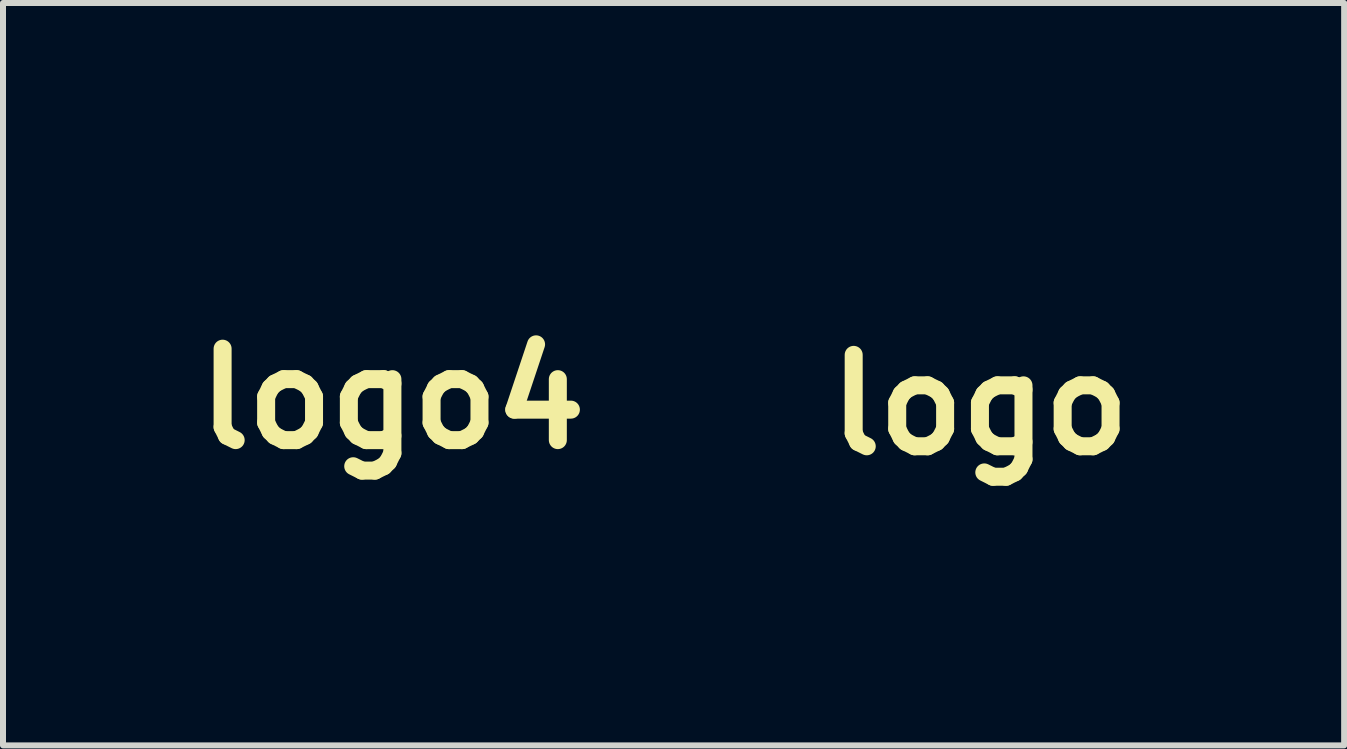
<source format=kicad_pcb>
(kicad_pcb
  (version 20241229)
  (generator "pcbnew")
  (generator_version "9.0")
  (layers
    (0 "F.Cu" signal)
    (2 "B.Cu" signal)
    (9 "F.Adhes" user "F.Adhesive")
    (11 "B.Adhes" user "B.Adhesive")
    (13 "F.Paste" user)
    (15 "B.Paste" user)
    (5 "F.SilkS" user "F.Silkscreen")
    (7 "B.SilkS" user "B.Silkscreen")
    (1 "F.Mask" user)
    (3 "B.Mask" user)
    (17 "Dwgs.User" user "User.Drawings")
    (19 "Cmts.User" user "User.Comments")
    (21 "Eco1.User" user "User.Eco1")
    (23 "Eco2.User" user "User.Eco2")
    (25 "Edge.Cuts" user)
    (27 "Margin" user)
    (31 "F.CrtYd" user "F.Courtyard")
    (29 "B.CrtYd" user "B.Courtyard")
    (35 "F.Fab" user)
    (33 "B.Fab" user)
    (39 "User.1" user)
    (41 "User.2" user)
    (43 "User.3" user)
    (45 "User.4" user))
  (footprint "logo"
    (layer "F.Cu")
    (at 13.285 3.7)
    (property "Reference" "logo" (at 0 0 0) (layer "F.SilkS") (effects (font (size 1.524 1.524) (thickness 0.3))))
    (attr through_hole)
    (fp_poly (pts (xy -1.282 -1.012) (xy -1.134 -0.943) (xy -0.971 -0.824) (xy -0.81 -0.679) (xy -0.505 -0.386) (xy -0.788 -0.1) (xy -0.913 0.023) (xy -1.029 0.13) (xy -1.123 0.207) (xy -1.168 0.238) (xy -1.292 0.276) (xy -1.451 0.287) (xy -1.611 0.272) (xy -1.724 0.239) (xy -1.896 0.128) (xy -2.016 -0.02) (xy -2.085 -0.19) (xy -2.104 -0.373) (xy -2.102 -0.379) (xy -1.851 -0.379) (xy -1.827 -0.317) (xy -1.794 -0.275) (xy -1.728 -0.246) (xy -1.611 -0.227) (xy -1.464 -0.216) (xy -1.308 -0.216) (xy -1.163 -0.225) (xy -1.051 -0.244) (xy -1.001 -0.265) (xy -0.952 -0.343) (xy -0.949 -0.401) (xy -0.957 -0.44) (xy -0.978 -0.466) (xy -1.024 -0.482) (xy -1.108 -0.491) (xy -1.243 -0.497) (xy -1.355 -0.5) (xy -1.56 -0.502) (xy -1.703 -0.492) (xy -1.792 -0.47) (xy -1.838 -0.431) (xy -1.851 -0.379) (xy -2.102 -0.379) (xy -2.074 -0.555) (xy -1.997 -0.724) (xy -1.875 -0.867) (xy -1.708 -0.973) (xy -1.578 -1.016) (xy -1.426 -1.034) (xy -1.282 -1.012)) (stroke (width 0.01) (type solid)) (fill no) (layer "Eco2.User"))
    (fp_poly (pts (xy 1.376 -1.035) (xy 1.571 -0.968) (xy 1.725 -0.854) (xy 1.836 -0.705) (xy 1.902 -0.533) (xy 1.921 -0.35) (xy 1.892 -0.17) (xy 1.814 -0.003) (xy 1.684 0.138) (xy 1.546 0.221) (xy 1.354 0.277) (xy 1.156 0.281) (xy 0.998 0.238) (xy 0.928 0.192) (xy 0.824 0.107) (xy 0.701 -0.005) (xy 0.606 -0.098) (xy 0.34 -0.369) (xy 0.798 -0.369) (xy 0.829 -0.278) (xy 0.917 -0.228) (xy 1.005 -0.218) (xy 1.087 -0.211) (xy 1.12 -0.176) (xy 1.125 -0.111) (xy 1.144 -0.014) (xy 1.182 0.052) (xy 1.236 0.099) (xy 1.282 0.101) (xy 1.345 0.071) (xy 1.4 0.008) (xy 1.415 -0.092) (xy 1.422 -0.177) (xy 1.453 -0.212) (xy 1.517 -0.218) (xy 1.63 -0.243) (xy 1.695 -0.312) (xy 1.705 -0.369) (xy 1.673 -0.439) (xy 1.591 -0.49) (xy 1.49 -0.508) (xy 1.431 -0.529) (xy 1.415 -0.596) (xy 1.399 -0.72) (xy 1.348 -0.785) (xy 1.286 -0.798) (xy 1.198 -0.766) (xy 1.141 -0.68) (xy 1.125 -0.583) (xy 1.105 -0.525) (xy 1.036 -0.508) (xy 1.032 -0.508) (xy 0.913 -0.488) (xy 0.829 -0.437) (xy 0.798 -0.369) (xy 0.34 -0.369) (xy 0.323 -0.386) (xy 0.63 -0.681) (xy 0.815 -0.847) (xy 0.971 -0.959) (xy 1.111 -1.024) (xy 1.247 -1.046) (xy 1.376 -1.035)) (stroke (width 0.01) (type solid)) (fill no) (layer "Eco2.User"))
    (fp_poly (pts (xy 0.163 -3.693) (xy 0.366 -3.68) (xy 0.449 -3.668) (xy 0.887 -3.556) (xy 1.305 -3.379) (xy 1.696 -3.143) (xy 2.052 -2.855) (xy 2.367 -2.522) (xy 2.634 -2.149) (xy 2.845 -1.744) (xy 2.984 -1.347) (xy 3.025 -1.142) (xy 3.052 -0.889) (xy 3.066 -0.609) (xy 3.066 -0.323) (xy 3.053 -0.052) (xy 3.025 0.183) (xy 2.998 0.308) (xy 2.848 0.743) (xy 2.637 1.145) (xy 2.362 1.52) (xy 2.099 1.798) (xy 1.784 2.073) (xy 1.469 2.29) (xy 1.132 2.46) (xy 0.816 2.576) (xy 0.692 2.61) (xy 0.563 2.635) (xy 0.41 2.652) (xy 0.217 2.663) (xy 0.018 2.668) (xy -0.19 2.671) (xy -0.389 2.668) (xy -0.559 2.662) (xy -0.681 2.652) (xy -0.708 2.648) (xy -1.109 2.544) (xy -1.508 2.379) (xy -1.884 2.162) (xy -1.992 2.086) (xy -2.364 1.77) (xy -2.679 1.412) (xy -2.934 1.016) (xy -3.127 0.589) (xy -3.232 0.231) (xy -3.275 -0.025) (xy -3.297 -0.319) (xy -3.297 -0.401) (xy -2.7 -0.401) (xy -2.682 -0.127) (xy -2.619 0.105) (xy -2.502 0.314) (xy -2.386 0.456) (xy -2.152 0.663) (xy -1.892 0.804) (xy -1.612 0.878) (xy -1.319 0.883) (xy -1.021 0.818) (xy -1.004 0.812) (xy -0.818 0.72) (xy -0.61 0.568) (xy -0.387 0.364) (xy -0.318 0.293) (xy -0.22 0.192) (xy -0.139 0.115) (xy -0.089 0.075) (xy -0.082 0.073) (xy -0.046 0.097) (xy 0.029 0.163) (xy 0.131 0.261) (xy 0.237 0.366) (xy 0.429 0.55) (xy 0.597 0.683) (xy 0.755 0.773) (xy 0.92 0.828) (xy 1.108 0.857) (xy 1.197 0.863) (xy 1.374 0.867) (xy 1.508 0.857) (xy 1.628 0.829) (xy 1.713 0.8) (xy 1.955 0.672) (xy 2.171 0.486) (xy 2.346 0.257) (xy 2.398 0.162) (xy 2.461 0.024) (xy 2.495 -0.092) (xy 2.51 -0.221) (xy 2.513 -0.353) (xy 2.49 -0.642) (xy 2.416 -0.889) (xy 2.286 -1.11) (xy 2.144 -1.273) (xy 1.936 -1.45) (xy 1.721 -1.563) (xy 1.483 -1.619) (xy 1.216 -1.625) (xy 1.018 -1.606) (xy 0.85 -1.567) (xy 0.696 -1.5) (xy 0.541 -1.396) (xy 0.368 -1.249) (xy 0.238 -1.125) (xy -0.094 -0.8) (xy -0.396 -1.104) (xy -0.596 -1.295) (xy -0.769 -1.433) (xy -0.931 -1.527) (xy -1.097 -1.583) (xy -1.281 -1.61) (xy -1.433 -1.615) (xy -1.607 -1.611) (xy -1.735 -1.598) (xy -1.843 -1.569) (xy -1.959 -1.521) (xy -1.967 -1.518) (xy -2.199 -1.374) (xy -2.405 -1.18) (xy -2.565 -0.956) (xy -2.603 -0.88) (xy -2.66 -0.733) (xy -2.69 -0.586) (xy -2.7 -0.405) (xy -2.7 -0.401) (xy -3.297 -0.401) (xy -3.299 -0.629) (xy -3.281 -0.934) (xy -3.245 -1.212) (xy -3.192 -1.433) (xy -3.02 -1.863) (xy -2.785 -2.271) (xy -2.497 -2.646) (xy -2.165 -2.972) (xy -2.098 -3.028) (xy -1.869 -3.189) (xy -1.599 -3.345) (xy -1.316 -3.481) (xy -1.046 -3.584) (xy -0.962 -3.61) (xy -0.794 -3.643) (xy -0.576 -3.669) (xy -0.33 -3.686) (xy -0.076 -3.695) (xy 0.163 -3.693)) (stroke (width 0.01) (type solid)) (fill no) (layer "Eco2.User")))
  (footprint "logo4"
    (layer "F.Cu")
    (at 3.491 3.597)
    (property "Reference" "logo4" (at 0 0 0) (layer "F.SilkS") (effects (font (size 1.524 1.524) (thickness 0.3))))
    (attr through_hole)
    (fp_poly (pts (xy -1.246 -0.983) (xy -1.103 -0.917) (xy -0.944 -0.801) (xy -0.787 -0.66) (xy -0.491 -0.375) (xy -0.766 -0.097) (xy -0.887 0.022) (xy -1.001 0.126) (xy -1.092 0.201) (xy -1.136 0.232) (xy -1.256 0.268) (xy -1.41 0.279) (xy -1.566 0.264) (xy -1.676 0.232) (xy -1.844 0.124) (xy -1.96 -0.019) (xy -2.027 -0.185) (xy -2.045 -0.363) (xy -2.044 -0.369) (xy -1.799 -0.369) (xy -1.776 -0.308) (xy -1.744 -0.267) (xy -1.68 -0.239) (xy -1.566 -0.22) (xy -1.424 -0.21) (xy -1.272 -0.21) (xy -1.131 -0.219) (xy -1.022 -0.237) (xy -0.974 -0.258) (xy -0.925 -0.333) (xy -0.923 -0.39) (xy -0.931 -0.428) (xy -0.951 -0.453) (xy -0.995 -0.469) (xy -1.077 -0.478) (xy -1.209 -0.483) (xy -1.318 -0.486) (xy -1.517 -0.488) (xy -1.656 -0.479) (xy -1.742 -0.457) (xy -1.787 -0.419) (xy -1.799 -0.369) (xy -2.044 -0.369) (xy -2.016 -0.539) (xy -1.941 -0.704) (xy -1.822 -0.843) (xy -1.661 -0.946) (xy -1.534 -0.988) (xy -1.386 -1.005) (xy -1.246 -0.983)) (stroke (width 0.01) (type solid)) (fill no) (layer "Eco2.User"))
    (fp_poly (pts (xy 1.337 -1.006) (xy 1.527 -0.941) (xy 1.677 -0.83) (xy 1.785 -0.685) (xy 1.849 -0.518) (xy 1.868 -0.341) (xy 1.84 -0.165) (xy 1.763 -0.003) (xy 1.637 0.134) (xy 1.503 0.215) (xy 1.316 0.269) (xy 1.124 0.273) (xy 0.97 0.232) (xy 0.902 0.187) (xy 0.801 0.104) (xy 0.682 -0.005) (xy 0.589 -0.096) (xy 0.331 -0.359) (xy 0.776 -0.359) (xy 0.806 -0.27) (xy 0.892 -0.221) (xy 0.977 -0.212) (xy 1.057 -0.205) (xy 1.089 -0.171) (xy 1.094 -0.108) (xy 1.112 -0.013) (xy 1.149 0.05) (xy 1.202 0.096) (xy 1.247 0.098) (xy 1.308 0.069) (xy 1.361 0.007) (xy 1.376 -0.089) (xy 1.382 -0.172) (xy 1.412 -0.206) (xy 1.475 -0.212) (xy 1.585 -0.236) (xy 1.648 -0.303) (xy 1.658 -0.359) (xy 1.627 -0.426) (xy 1.547 -0.476) (xy 1.449 -0.494) (xy 1.391 -0.514) (xy 1.376 -0.579) (xy 1.36 -0.7) (xy 1.311 -0.763) (xy 1.25 -0.776) (xy 1.165 -0.745) (xy 1.109 -0.661) (xy 1.094 -0.567) (xy 1.075 -0.51) (xy 1.007 -0.494) (xy 1.003 -0.494) (xy 0.887 -0.475) (xy 0.806 -0.425) (xy 0.776 -0.359) (xy 0.331 -0.359) (xy 0.314 -0.375) (xy 0.613 -0.662) (xy 0.792 -0.823) (xy 0.944 -0.933) (xy 1.08 -0.995) (xy 1.212 -1.017) (xy 1.337 -1.006)) (stroke (width 0.01) (type solid)) (fill no) (layer "Eco2.User"))
    (fp_poly (pts (xy 0.159 -3.59) (xy 0.356 -3.577) (xy 0.436 -3.566) (xy 0.863 -3.457) (xy 1.269 -3.285) (xy 1.649 -3.056) (xy 1.995 -2.776) (xy 2.301 -2.452) (xy 2.56 -2.09) (xy 2.766 -1.695) (xy 2.901 -1.31) (xy 2.941 -1.11) (xy 2.967 -0.864) (xy 2.981 -0.592) (xy 2.981 -0.314) (xy 2.968 -0.051) (xy 2.941 0.178) (xy 2.915 0.3) (xy 2.769 0.723) (xy 2.564 1.114) (xy 2.297 1.478) (xy 2.041 1.749) (xy 1.735 2.016) (xy 1.428 2.226) (xy 1.101 2.391) (xy 0.794 2.504) (xy 0.673 2.538) (xy 0.547 2.562) (xy 0.399 2.578) (xy 0.211 2.589) (xy 0.018 2.594) (xy -0.185 2.597) (xy -0.378 2.594) (xy -0.543 2.588) (xy -0.662 2.579) (xy -0.688 2.575) (xy -1.078 2.474) (xy -1.466 2.313) (xy -1.832 2.102) (xy -1.937 2.028) (xy -2.298 1.721) (xy -2.604 1.372) (xy -2.853 0.988) (xy -3.04 0.572) (xy -3.143 0.224) (xy -3.184 -0.024) (xy -3.205 -0.31) (xy -3.206 -0.39) (xy -2.625 -0.39) (xy -2.608 -0.124) (xy -2.546 0.102) (xy -2.433 0.305) (xy -2.32 0.444) (xy -2.093 0.644) (xy -1.839 0.782) (xy -1.567 0.854) (xy -1.283 0.859) (xy -0.992 0.795) (xy -0.976 0.79) (xy -0.796 0.7) (xy -0.593 0.553) (xy -0.376 0.354) (xy -0.309 0.285) (xy -0.214 0.186) (xy -0.135 0.112) (xy -0.086 0.073) (xy -0.079 0.071) (xy -0.045 0.094) (xy 0.028 0.159) (xy 0.127 0.253) (xy 0.23 0.355) (xy 0.417 0.535) (xy 0.58 0.664) (xy 0.734 0.752) (xy 0.894 0.805) (xy 1.077 0.833) (xy 1.164 0.839) (xy 1.336 0.843) (xy 1.466 0.833) (xy 1.583 0.806) (xy 1.665 0.778) (xy 1.901 0.653) (xy 2.111 0.473) (xy 2.281 0.25) (xy 2.332 0.157) (xy 2.392 0.024) (xy 2.426 -0.09) (xy 2.44 -0.215) (xy 2.443 -0.343) (xy 2.42 -0.624) (xy 2.349 -0.864) (xy 2.223 -1.079) (xy 2.084 -1.238) (xy 1.882 -1.409) (xy 1.673 -1.519) (xy 1.441 -1.574) (xy 1.182 -1.58) (xy 0.99 -1.561) (xy 0.827 -1.523) (xy 0.677 -1.458) (xy 0.526 -1.358) (xy 0.357 -1.214) (xy 0.232 -1.094) (xy -0.091 -0.778) (xy -0.385 -1.073) (xy -0.58 -1.259) (xy -0.748 -1.393) (xy -0.906 -1.484) (xy -1.067 -1.539) (xy -1.246 -1.565) (xy -1.393 -1.57) (xy -1.562 -1.567) (xy -1.687 -1.553) (xy -1.792 -1.526) (xy -1.904 -1.479) (xy -1.912 -1.476) (xy -2.138 -1.336) (xy -2.338 -1.147) (xy -2.493 -0.929) (xy -2.531 -0.855) (xy -2.586 -0.712) (xy -2.615 -0.57) (xy -2.625 -0.394) (xy -2.625 -0.39) (xy -3.206 -0.39) (xy -3.207 -0.612) (xy -3.19 -0.908) (xy -3.155 -1.179) (xy -3.104 -1.393) (xy -2.936 -1.811) (xy -2.708 -2.208) (xy -2.428 -2.572) (xy -2.105 -2.889) (xy -2.039 -2.943) (xy -1.817 -3.1) (xy -1.555 -3.252) (xy -1.279 -3.384) (xy -1.017 -3.485) (xy -0.935 -3.509) (xy -0.772 -3.542) (xy -0.56 -3.567) (xy -0.32 -3.584) (xy -0.074 -3.592) (xy 0.159 -3.59)) (stroke (width 0.01) (type solid)) (fill no) (layer "Eco2.User")))
  (gr_rect
    (start -3 -3)
    (end 19.356 9.375)
    (stroke (width 0.1) (type default))
    (fill no)
    (layer "Edge.Cuts")))
</source>
